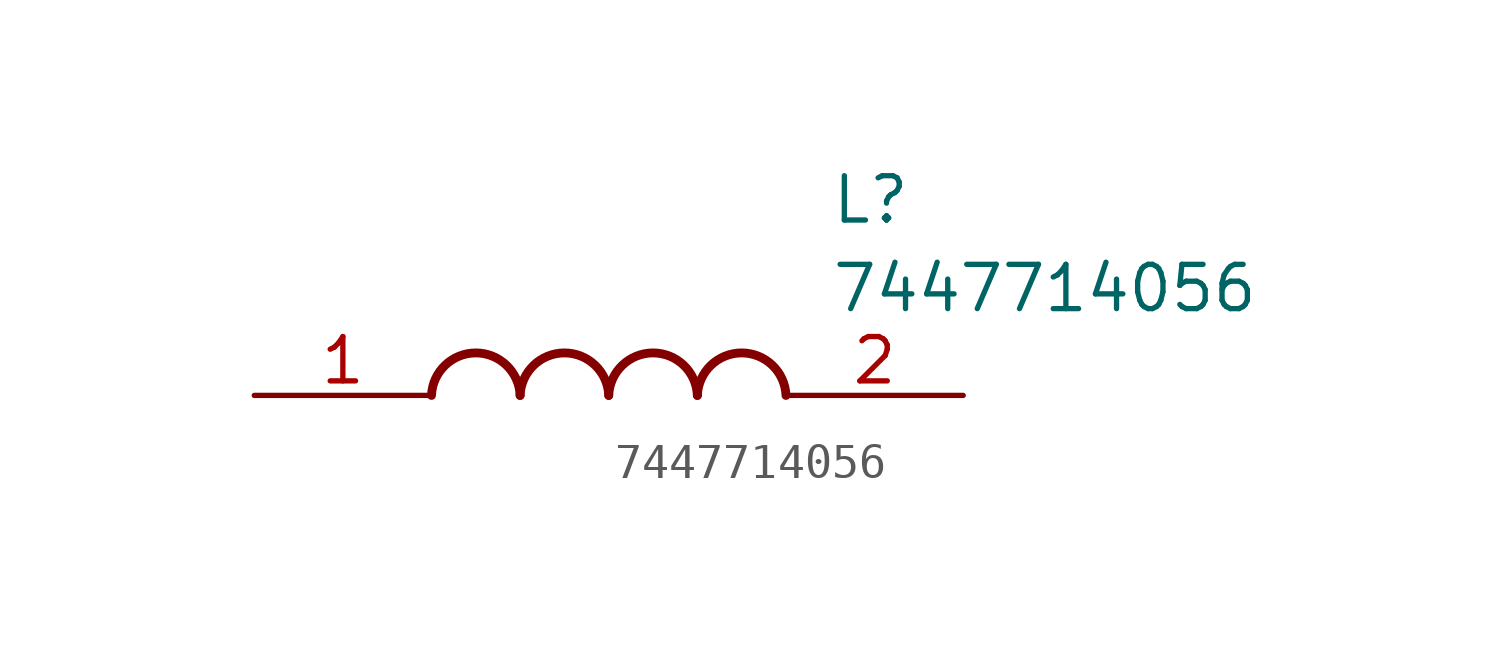
<source format=kicad_sym>
(kicad_symbol_lib
  (version 20211014)
  (generator SamacSys_ECAD_Model)
  (symbol "7447714056"
    (pin_names hide)
    (property "Reference" "L"
      (at 16.51 6.35 0)
      (effects (font (size 1.27 1.27)) (justify left top)))
    (property "Value" "7447714056"
      (at 16.51 3.81 0)
      (effects (font (size 1.27 1.27)) (justify left top)))
    (arc
      (start 7.62 0)
      (mid 6.35 1.219)
      (end 5.08 0)
      (stroke (width 0.254) (type default))
      (fill (type none)))
    (arc
      (start 10.16 0)
      (mid 8.89 1.219)
      (end 7.62 0)
      (stroke (width 0.254) (type default))
      (fill (type none)))
    (arc
      (start 12.7 0)
      (mid 11.43 1.219)
      (end 10.16 0)
      (stroke (width 0.254) (type default))
      (fill (type none)))
    (arc
      (start 15.24 0)
      (mid 13.97 1.219)
      (end 12.7 0)
      (stroke (width 0.254) (type default))
      (fill (type none)))
    (pin passive line
      (at 0 0 0)
      (length 5.08)
      (name "1" (effects (font (size 1.27 1.27))))
      (number "1" (effects (font (size 1.27 1.27)))))
    (pin passive line
      (at 20.32 0 180)
      (length 5.08)
      (name "2" (effects (font (size 1.27 1.27))))
      (number "2" (effects (font (size 1.27 1.27)))))))
</source>
